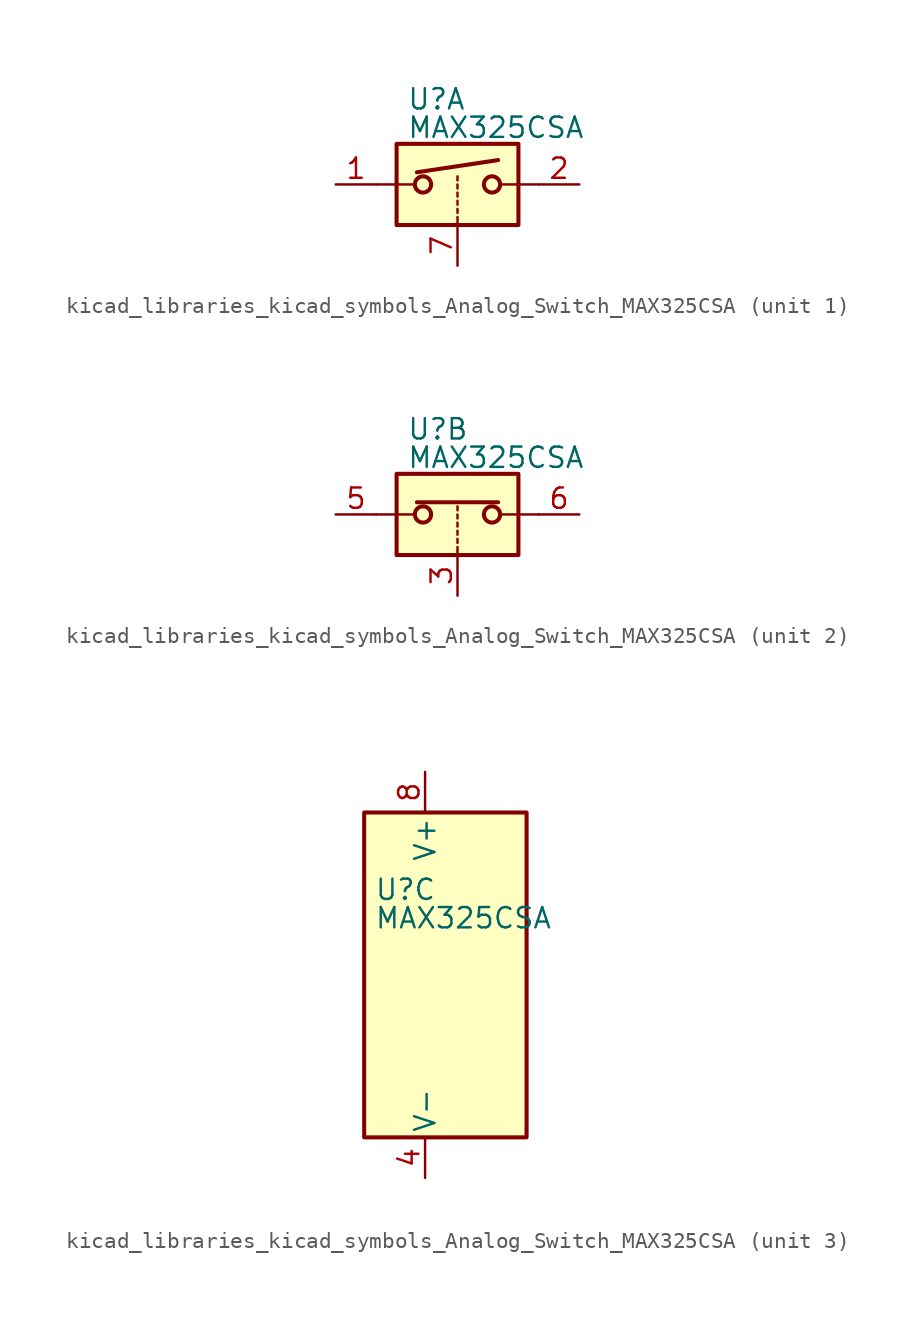
<source format=kicad_sym>
(kicad_symbol_lib
  (version 20220914)
  (generator kicad_symbol_editor)
  (symbol "kicad_libraries_kicad_symbols_Analog_Switch_MAX325CSA"
    (pin_names
      (offset 0.254))
    (property "Reference" "U"
      (at -3.175 5.334 0)
      (effects (font (size 1.27 1.27)) (justify left)))
    (property "Value" "MAX325CSA"
      (at -3.175 3.556 0)
      (effects (font (size 1.27 1.27)) (justify left)))
    (symbol "kicad_libraries_kicad_symbols_Analog_Switch_MAX325CSA_1_1"
      (rectangle (start -3.81 2.54) (end 3.81 -2.54) (stroke (width 0.254) (type default)) (fill (type background)))
      (circle (center -2.159 0) (radius 0.508) (stroke (width 0.254) (type default)) (fill (type none)))
      (polyline (pts (xy -5.08 0) (xy -2.794 0)) (stroke (width 0) (type default)) (fill (type none)))
      (polyline (pts (xy -2.54 0.762) (xy 2.54 1.524)) (stroke (width 0.254) (type default)) (fill (type none)))
      (polyline (pts (xy 0 -2.54) (xy 0 -2.032)) (stroke (width 0) (type default)) (fill (type none)))
      (polyline (pts (xy 0 -1.778) (xy 0 -1.524)) (stroke (width 0) (type default)) (fill (type none)))
      (polyline (pts (xy 0 -1.27) (xy 0 -1.016)) (stroke (width 0) (type default)) (fill (type none)))
      (polyline (pts (xy 0 -0.762) (xy 0 -0.508)) (stroke (width 0) (type default)) (fill (type none)))
      (polyline (pts (xy 0 -0.254) (xy 0 0)) (stroke (width 0) (type default)) (fill (type none)))
      (polyline (pts (xy 0 0.254) (xy 0 0.508)) (stroke (width 0) (type default)) (fill (type none)))
      (polyline (pts (xy 5.08 0) (xy 2.794 0)) (stroke (width 0) (type default)) (fill (type none)))
      (circle (center 2.159 0) (radius 0.508) (stroke (width 0.254) (type default)) (fill (type none)))
      (pin passive line (at -7.62 0 0) (length 2.54) (name "~" (effects (font (size 1.27 1.27)))) (number "1" (effects (font (size 1.27 1.27)))))
      (pin passive line (at 7.62 0 180) (length 2.54) (name "~" (effects (font (size 1.27 1.27)))) (number "2" (effects (font (size 1.27 1.27)))))
      (pin input line (at 0 -5.08 90) (length 2.54) (name "~" (effects (font (size 1.27 1.27)))) (number "7" (effects (font (size 1.27 1.27))))))
    (symbol "kicad_libraries_kicad_symbols_Analog_Switch_MAX325CSA_2_1"
      (rectangle (start -3.81 2.54) (end 3.81 -2.54) (stroke (width 0.254) (type default)) (fill (type background)))
      (circle (center -2.159 0) (radius 0.508) (stroke (width 0.254) (type default)) (fill (type none)))
      (polyline (pts (xy -5.08 0) (xy -2.794 0)) (stroke (width 0) (type default)) (fill (type none)))
      (polyline (pts (xy -2.54 0.762) (xy 2.54 0.762)) (stroke (width 0.254) (type default)) (fill (type none)))
      (polyline (pts (xy 0 -2.54) (xy 0 -2.032)) (stroke (width 0) (type default)) (fill (type none)))
      (polyline (pts (xy 0 -1.778) (xy 0 -1.524)) (stroke (width 0) (type default)) (fill (type none)))
      (polyline (pts (xy 0 -1.27) (xy 0 -1.016)) (stroke (width 0) (type default)) (fill (type none)))
      (polyline (pts (xy 0 -0.762) (xy 0 -0.508)) (stroke (width 0) (type default)) (fill (type none)))
      (polyline (pts (xy 0 -0.254) (xy 0 0)) (stroke (width 0) (type default)) (fill (type none)))
      (polyline (pts (xy 0 0.254) (xy 0 0.508)) (stroke (width 0) (type default)) (fill (type none)))
      (polyline (pts (xy 5.08 0) (xy 2.794 0)) (stroke (width 0) (type default)) (fill (type none)))
      (circle (center 2.159 0) (radius 0.508) (stroke (width 0.254) (type default)) (fill (type none)))
      (pin input line (at 0 -5.08 90) (length 2.54) (name "~" (effects (font (size 1.27 1.27)))) (number "3" (effects (font (size 1.27 1.27)))))
      (pin passive line (at -7.62 0 0) (length 2.54) (name "~" (effects (font (size 1.27 1.27)))) (number "5" (effects (font (size 1.27 1.27)))))
      (pin passive line (at 7.62 0 180) (length 2.54) (name "~" (effects (font (size 1.27 1.27)))) (number "6" (effects (font (size 1.27 1.27))))))
    (symbol "kicad_libraries_kicad_symbols_Analog_Switch_MAX325CSA_3_0"
      (pin power_in line (at 0 -12.7 90) (length 2.54) (name "V-" (effects (font (size 1.27 1.27)))) (number "4" (effects (font (size 1.27 1.27)))))
      (pin power_in line (at 0 12.7 270) (length 2.54) (name "V+" (effects (font (size 1.27 1.27)))) (number "8" (effects (font (size 1.27 1.27))))))
    (symbol "kicad_libraries_kicad_symbols_Analog_Switch_MAX325CSA_3_1"
      (rectangle (start -3.81 10.16) (end 6.35 -10.16) (stroke (width 0.254) (type default)) (fill (type background))))))
</source>
